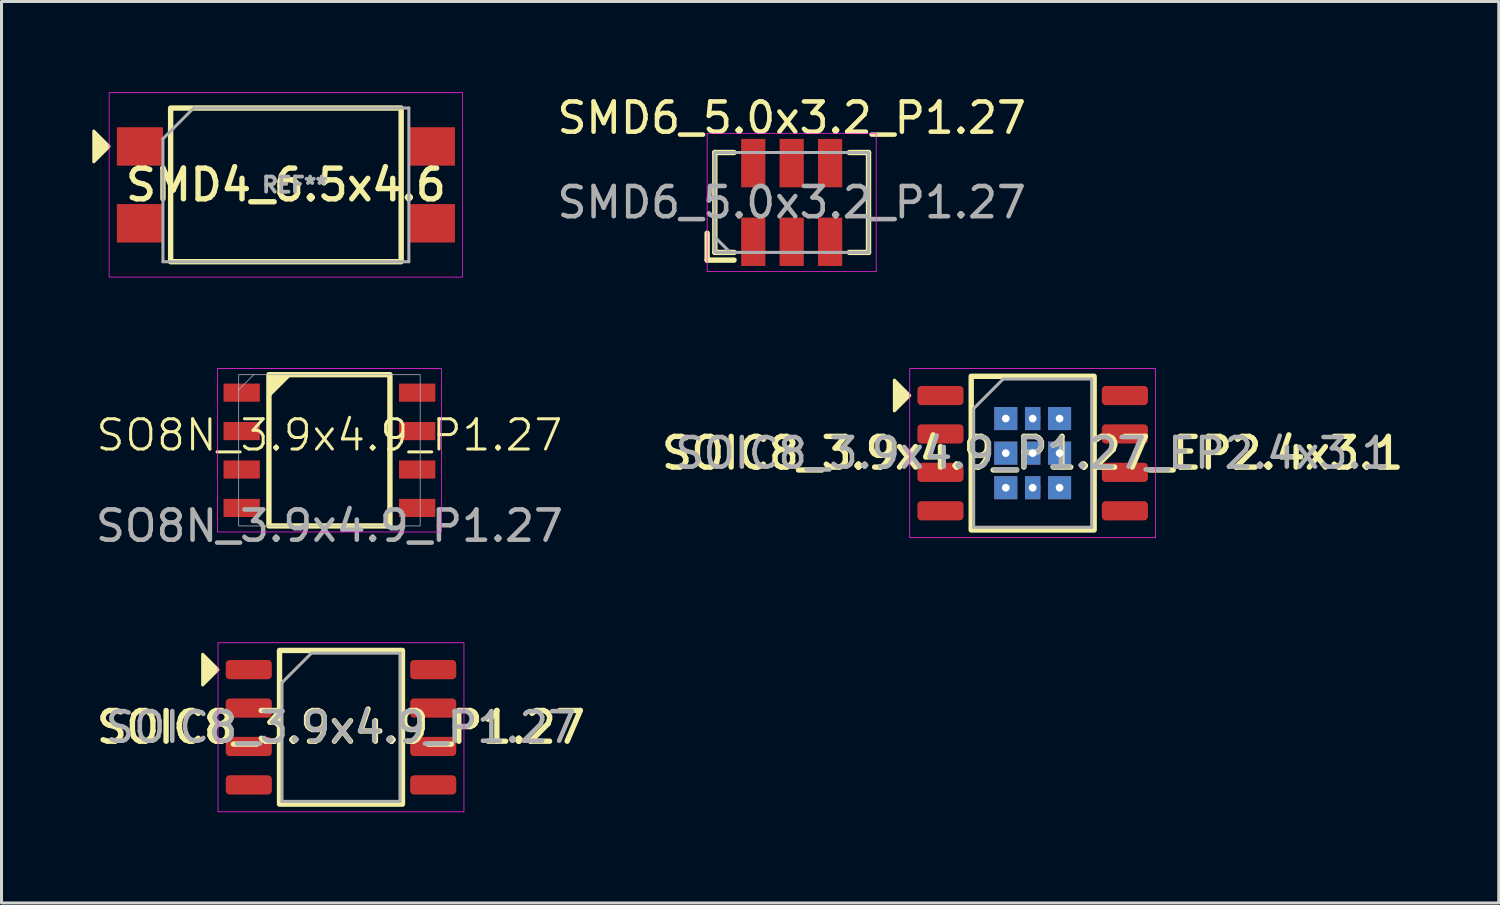
<source format=kicad_pcb>
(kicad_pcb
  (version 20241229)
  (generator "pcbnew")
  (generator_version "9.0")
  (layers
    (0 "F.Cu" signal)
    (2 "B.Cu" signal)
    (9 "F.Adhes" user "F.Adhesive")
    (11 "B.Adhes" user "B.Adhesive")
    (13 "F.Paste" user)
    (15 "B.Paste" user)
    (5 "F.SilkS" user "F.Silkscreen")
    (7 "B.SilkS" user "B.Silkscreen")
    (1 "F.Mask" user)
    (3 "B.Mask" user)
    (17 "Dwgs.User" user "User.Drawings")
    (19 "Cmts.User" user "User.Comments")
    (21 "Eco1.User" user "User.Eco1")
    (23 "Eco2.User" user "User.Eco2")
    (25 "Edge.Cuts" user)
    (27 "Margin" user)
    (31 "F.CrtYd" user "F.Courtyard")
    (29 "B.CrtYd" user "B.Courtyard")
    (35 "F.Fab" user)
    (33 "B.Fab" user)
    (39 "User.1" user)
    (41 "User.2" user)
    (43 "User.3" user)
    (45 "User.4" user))
  (footprint "SMD6_5.0x3.2_P1.27"
    (layer "F.Cu")
    (at 23.118 3.642)
    (property "Reference" "SMD6_5.0x3.2_P1.27" (at 0 -2.794 0) (unlocked yes) (layer "F.SilkS") (effects (font (size 1 1) (thickness 0.15))))
    (attr smd)
    (fp_line (start -2.794 1.905) (end -2.794 1.016) (stroke (width 0.178) (type solid)) (layer "F.SilkS"))
    (fp_line (start -2.54 -1.651) (end -1.905 -1.651) (stroke (width 0.178) (type solid)) (layer "F.SilkS"))
    (fp_line (start -2.54 1.651) (end -2.54 -1.651) (stroke (width 0.178) (type solid)) (layer "F.SilkS"))
    (fp_line (start -1.905 1.651) (end -2.54 1.651) (stroke (width 0.178) (type solid)) (layer "F.SilkS"))
    (fp_line (start -1.905 1.905) (end -2.794 1.905) (stroke (width 0.178) (type solid)) (layer "F.SilkS"))
    (fp_line (start 1.905 -1.651) (end 2.54 -1.651) (stroke (width 0.178) (type solid)) (layer "F.SilkS"))
    (fp_line (start 2.54 -1.651) (end 2.54 1.651) (stroke (width 0.178) (type solid)) (layer "F.SilkS"))
    (fp_line (start 2.54 1.651) (end 1.905 1.651) (stroke (width 0.178) (type solid)) (layer "F.SilkS"))
    (fp_rect (start -2.794 2.286) (end 2.794 -2.286) (stroke (width 0.025) (type solid)) (fill no) (layer "F.CrtYd"))
    (fp_line (start -2.032 1.651) (end -2.54 1.143) (stroke (width 0.1) (type solid)) (layer "F.Fab"))
    (fp_rect (start -2.54 -1.651) (end 2.54 1.651) (stroke (width 0.1) (type solid)) (fill no) (layer "F.Fab"))
    (fp_text user "${REFERENCE}" (at 0 0 0) (unlocked yes) (layer "F.Fab") (effects (font (size 1 1) (thickness 0.15))))
    (pad "1" smd rect (at -1.27 1.3) (size 0.8 1.6) (layers "F.Cu" "F.Mask" "F.Paste"))
    (pad "2" smd rect (at 0 1.3) (size 0.8 1.6) (layers "F.Cu" "F.Mask" "F.Paste"))
    (pad "3" smd rect (at 1.27 1.3) (size 0.8 1.6) (layers "F.Cu" "F.Mask" "F.Paste"))
    (pad "4" smd rect (at 1.27 -1.3) (size 0.8 1.6) (layers "F.Cu" "F.Mask" "F.Paste"))
    (pad "5" smd rect (at 0 -1.3) (size 0.8 1.6) (layers "F.Cu" "F.Mask" "F.Paste"))
    (pad "6" smd rect (at -1.27 -1.3) (size 0.8 1.6) (layers "F.Cu" "F.Mask" "F.Paste")))
  (footprint "SO8N_3.9x4.9_P1.27"
    (layer "F.Cu")
    (at 7.839 11.834)
    (property "Reference" "SO8N_3.9x4.9_P1.27" (at 0 -0.5 0) (unlocked yes) (layer "F.SilkS") (effects (font (size 1 1) (thickness 0.1))))
    (attr smd)
    (fp_rect (start -2 -2.5) (end 2 2.5) (stroke (width 0.178) (type default)) (fill no) (layer "F.SilkS"))
    (fp_poly (pts (xy -2 -2.5) (xy -2 -1.8) (xy -1.3 -2.5)) (stroke (width 0.1) (type solid)) (fill yes) (layer "F.SilkS"))
    (fp_rect (start -3.7 -2.7) (end 3.7 2.7) (stroke (width 0.025) (type default)) (fill no) (layer "F.CrtYd"))
    (fp_line (start -3 -2) (end -2.5 -2.5) (stroke (width 0.025) (type default)) (layer "F.Fab"))
    (fp_rect (start -3 -2.5) (end 3 2.5) (stroke (width 0.025) (type default)) (fill no) (layer "F.Fab"))
    (fp_text user "${REFERENCE}" (at 0 2.5 0) (unlocked yes) (layer "F.Fab") (effects (font (size 1 1) (thickness 0.15))))
    (pad "1" smd rect (at -2.9 -1.905) (size 1.2 0.6) (layers "F.Cu" "F.Mask" "F.Paste"))
    (pad "2" smd rect (at -2.9 -0.635) (size 1.2 0.6) (layers "F.Cu" "F.Mask" "F.Paste"))
    (pad "3" smd rect (at -2.9 0.635) (size 1.2 0.6) (layers "F.Cu" "F.Mask" "F.Paste"))
    (pad "4" smd rect (at -2.9 1.905) (size 1.2 0.6) (layers "F.Cu" "F.Mask" "F.Paste"))
    (pad "5" smd rect (at 2.9 1.905) (size 1.2 0.6) (layers "F.Cu" "F.Mask" "F.Paste"))
    (pad "6" smd rect (at 2.9 0.635) (size 1.2 0.6) (layers "F.Cu" "F.Mask" "F.Paste"))
    (pad "7" smd rect (at 2.9 -0.635) (size 1.2 0.6) (layers "F.Cu" "F.Mask" "F.Paste"))
    (pad "8" smd rect (at 2.9 -1.905) (size 1.2 0.6) (layers "F.Cu" "F.Mask" "F.Paste")))
  (footprint "SMD4_6.5x4.6"
    (layer "F.Cu")
    (at 6.4 3.061)
    (property "Reference" "SMD4_6.5x4.6" (at 0 0 0) (layer "F.SilkS") (effects (font (size 1.016 1.016) (thickness 0.178))))
    (attr smd)
    (fp_rect (start -3.81 -2.54) (end 3.81 2.54) (stroke (width 0.178) (type solid)) (fill no) (layer "F.SilkS"))
    (fp_poly (pts (xy -5.842 -1.27) (xy -6.35 -0.762) (xy -6.35 -1.778)) (stroke (width 0.1) (type solid)) (fill yes) (layer "F.SilkS"))
    (fp_rect (start 5.842 3.048) (end -5.842 -3.048) (stroke (width 0.025) (type solid)) (fill no) (layer "F.CrtYd"))
    (fp_line (start -4.064 -1.524) (end -3.048 -2.54) (stroke (width 0.1) (type solid)) (layer "F.Fab"))
    (fp_line (start -4.064 2.54) (end -4.064 -1.524) (stroke (width 0.1) (type solid)) (layer "F.Fab"))
    (fp_line (start -3.048 -2.54) (end 4.064 -2.54) (stroke (width 0.1) (type solid)) (layer "F.Fab"))
    (fp_line (start 4.064 -2.54) (end 4.064 2.54) (stroke (width 0.1) (type solid)) (layer "F.Fab"))
    (fp_line (start 4.064 2.54) (end -4.064 2.54) (stroke (width 0.1) (type solid)) (layer "F.Fab"))
    (fp_text user "REF**" (at 0.3 0 0) (layer "F.Fab") (effects (font (size 0.5 0.5) (thickness 0.125))))
    (pad "1" smd rect (at -4.826 -1.27) (size 1.524 1.27) (layers "F.Cu" "F.Mask" "F.Paste"))
    (pad "2" smd rect (at -4.826 1.27) (size 1.524 1.27) (layers "F.Cu" "F.Mask" "F.Paste"))
    (pad "3" smd rect (at 4.826 1.27) (size 1.524 1.27) (layers "F.Cu" "F.Mask" "F.Paste"))
    (pad "4" smd rect (at 4.826 -1.27) (size 1.524 1.27) (layers "F.Cu" "F.Mask" "F.Paste")))
  (footprint "SOIC8_3.9x4.9_P1.27_EP2.4x3.1"
    (layer "F.Cu")
    (at 31.084 11.928)
    (property "Reference" "SOIC8_3.9x4.9_P1.27_EP2.4x3.1" (at 0 0 0) (layer "F.SilkS") (effects (font (size 1.016 1.016) (thickness 0.178))))
    (attr smd)
    (fp_rect (start -2.032 -2.54) (end 2.032 2.54) (stroke (width 0.178) (type solid)) (fill no) (layer "F.SilkS"))
    (fp_poly (pts (xy -4.064 -1.905) (xy -4.572 -1.397) (xy -4.572 -2.413)) (stroke (width 0.1) (type solid)) (fill yes) (layer "F.SilkS"))
    (fp_rect (start -4.064 -2.794) (end 4.064 2.794) (stroke (width 0.025) (type solid)) (fill no) (layer "F.CrtYd"))
    (fp_line (start -1.95 -1.475) (end -0.975 -2.45) (stroke (width 0.1) (type solid)) (layer "F.Fab"))
    (fp_line (start -1.95 2.45) (end -1.95 -1.475) (stroke (width 0.1) (type solid)) (layer "F.Fab"))
    (fp_line (start -0.975 -2.45) (end 1.95 -2.45) (stroke (width 0.1) (type solid)) (layer "F.Fab"))
    (fp_line (start 1.95 -2.45) (end 1.95 2.45) (stroke (width 0.1) (type solid)) (layer "F.Fab"))
    (fp_line (start 1.95 2.45) (end -1.95 2.45) (stroke (width 0.1) (type solid)) (layer "F.Fab"))
    (fp_text user "${REFERENCE}" (at 0 0 0) (layer "F.Fab") (effects (font (size 0.98 0.98) (thickness 0.15))))
    (pad "1" smd roundrect (at -3.048 -1.905) (size 1.524 0.635) (layers "F.Cu" "F.Mask" "F.Paste") (roundrect_rratio 0.2))
    (pad "2" smd roundrect (at -3.048 -0.635) (size 1.524 0.635) (layers "F.Cu" "F.Mask" "F.Paste") (roundrect_rratio 0.2))
    (pad "3" smd roundrect (at -3.048 0.635) (size 1.524 0.635) (layers "F.Cu" "F.Mask" "F.Paste") (roundrect_rratio 0.2))
    (pad "4" smd roundrect (at -3.048 1.905) (size 1.524 0.635) (layers "F.Cu" "F.Mask" "F.Paste") (roundrect_rratio 0.2))
    (pad "5" smd roundrect (at 3.048 1.905) (size 1.524 0.635) (layers "F.Cu" "F.Mask" "F.Paste") (roundrect_rratio 0.2))
    (pad "6" smd roundrect (at 3.048 0.635) (size 1.524 0.635) (layers "F.Cu" "F.Mask" "F.Paste") (roundrect_rratio 0.2))
    (pad "7" smd roundrect (at 3.048 -0.635) (size 1.524 0.635) (layers "F.Cu" "F.Mask" "F.Paste") (roundrect_rratio 0.2))
    (pad "8" smd roundrect (at 3.048 -1.905) (size 1.524 0.635) (layers "F.Cu" "F.Mask" "F.Paste") (roundrect_rratio 0.2))
    (pad "9" thru_hole circle (at -0.889 -1.143) (size 0.508 0.508) (drill 0.254) (layers "*.Cu" "*.Mask"))
    (pad "9" smd rect (at -0.889 -1.143) (size 0.762 0.762) (layers "F.Cu" "F.Mask" "F.Paste"))
    (pad "9" smd rect (at -0.889 -1.143) (size 0.762 0.762) (layers "B.Cu" "B.Mask"))
    (pad "9" thru_hole circle (at -0.889 0) (size 0.508 0.508) (drill 0.254) (layers "*.Cu" "*.Mask"))
    (pad "9" smd rect (at -0.889 0) (size 0.762 0.762) (layers "F.Cu" "F.Mask" "F.Paste"))
    (pad "9" smd rect (at -0.889 0) (size 0.762 0.762) (layers "B.Cu" "B.Mask"))
    (pad "9" thru_hole circle (at -0.889 1.143) (size 0.508 0.508) (drill 0.254) (layers "*.Cu" "*.Mask"))
    (pad "9" smd rect (at -0.889 1.143 90) (size 0.762 0.762) (layers "F.Cu" "F.Mask" "F.Paste"))
    (pad "9" smd rect (at -0.889 1.143) (size 0.762 0.762) (layers "B.Cu" "B.Mask"))
    (pad "9" thru_hole circle (at 0 -1.143) (size 0.508 0.508) (drill 0.254) (layers "*.Cu" "*.Mask"))
    (pad "9" smd rect (at 0 -1.143) (size 0.508 0.762) (layers "F.Cu" "F.Mask" "F.Paste"))
    (pad "9" smd rect (at 0 -1.143) (size 0.508 0.762) (layers "B.Cu" "B.Mask"))
    (pad "9" thru_hole circle (at 0 0) (size 0.508 0.508) (drill 0.254) (layers "*.Cu" "*.Mask"))
    (pad "9" smd rect (at 0 0) (size 0.508 0.762) (layers "F.Cu" "F.Mask" "F.Paste"))
    (pad "9" smd rect (at 0 0) (size 0.508 0.762) (layers "B.Cu" "B.Mask"))
    (pad "9" thru_hole circle (at 0 1.143) (size 0.508 0.508) (drill 0.254) (layers "*.Cu" "*.Mask"))
    (pad "9" smd rect (at 0 1.143) (size 0.508 0.762) (layers "F.Cu" "F.Mask" "F.Paste"))
    (pad "9" smd rect (at 0 1.143) (size 0.508 0.762) (layers "B.Cu" "B.Mask"))
    (pad "9" thru_hole circle (at 0.889 -1.143) (size 0.508 0.508) (drill 0.254) (layers "*.Cu" "*.Mask"))
    (pad "9" smd rect (at 0.889 -1.143) (size 0.762 0.762) (layers "F.Cu" "F.Mask" "F.Paste"))
    (pad "9" smd rect (at 0.889 -1.143) (size 0.762 0.762) (layers "B.Cu" "B.Mask"))
    (pad "9" thru_hole circle (at 0.889 0) (size 0.508 0.508) (drill 0.254) (layers "*.Cu" "*.Mask"))
    (pad "9" smd rect (at 0.889 0) (size 0.762 0.762) (layers "F.Cu" "F.Mask" "F.Paste"))
    (pad "9" smd rect (at 0.889 0) (size 0.762 0.762) (layers "B.Cu" "B.Mask"))
    (pad "9" thru_hole circle (at 0.889 1.143) (size 0.508 0.508) (drill 0.254) (layers "*.Cu" "*.Mask"))
    (pad "9" smd rect (at 0.889 1.143) (size 0.762 0.762) (layers "F.Cu" "F.Mask" "F.Paste"))
    (pad "9" smd rect (at 0.889 1.143) (size 0.762 0.762) (layers "B.Cu" "B.Mask")))
  (footprint "SOIC8_3.9x4.9_P1.27"
    (layer "F.Cu")
    (at 8.221 20.989)
    (property "Reference" "SOIC8_3.9x4.9_P1.27" (at 0 0 0) (layer "F.SilkS") (effects (font (size 1.016 1.016) (thickness 0.178))))
    (attr smd)
    (fp_rect (start -2.032 -2.54) (end 2.032 2.54) (stroke (width 0.178) (type solid)) (fill no) (layer "F.SilkS"))
    (fp_poly (pts (xy -4.064 -1.905) (xy -4.572 -1.397) (xy -4.572 -2.413)) (stroke (width 0.1) (type solid)) (fill yes) (layer "F.SilkS"))
    (fp_rect (start -4.064 -2.794) (end 4.064 2.794) (stroke (width 0.025) (type solid)) (fill no) (layer "F.CrtYd"))
    (fp_line (start -1.95 -1.475) (end -0.975 -2.45) (stroke (width 0.1) (type solid)) (layer "F.Fab"))
    (fp_line (start -1.95 2.45) (end -1.95 -1.475) (stroke (width 0.1) (type solid)) (layer "F.Fab"))
    (fp_line (start -0.975 -2.45) (end 1.95 -2.45) (stroke (width 0.1) (type solid)) (layer "F.Fab"))
    (fp_line (start 1.95 -2.45) (end 1.95 2.45) (stroke (width 0.1) (type solid)) (layer "F.Fab"))
    (fp_line (start 1.95 2.45) (end -1.95 2.45) (stroke (width 0.1) (type solid)) (layer "F.Fab"))
    (fp_text user "${REFERENCE}" (at 0 0 0) (layer "F.Fab") (effects (font (size 0.98 0.98) (thickness 0.15))))
    (pad "1" smd roundrect (at -3.048 -1.905) (size 1.524 0.635) (layers "F.Cu" "F.Mask" "F.Paste") (roundrect_rratio 0.2))
    (pad "2" smd roundrect (at -3.048 -0.635) (size 1.524 0.635) (layers "F.Cu" "F.Mask" "F.Paste") (roundrect_rratio 0.2))
    (pad "3" smd roundrect (at -3.048 0.635) (size 1.524 0.635) (layers "F.Cu" "F.Mask" "F.Paste") (roundrect_rratio 0.2))
    (pad "4" smd roundrect (at -3.048 1.905) (size 1.524 0.635) (layers "F.Cu" "F.Mask" "F.Paste") (roundrect_rratio 0.2))
    (pad "5" smd roundrect (at 3.048 1.905) (size 1.524 0.635) (layers "F.Cu" "F.Mask" "F.Paste") (roundrect_rratio 0.2))
    (pad "6" smd roundrect (at 3.048 0.635) (size 1.524 0.635) (layers "F.Cu" "F.Mask" "F.Paste") (roundrect_rratio 0.2))
    (pad "7" smd roundrect (at 3.048 -0.635) (size 1.524 0.635) (layers "F.Cu" "F.Mask" "F.Paste") (roundrect_rratio 0.2))
    (pad "8" smd roundrect (at 3.048 -1.905) (size 1.524 0.635) (layers "F.Cu" "F.Mask" "F.Paste") (roundrect_rratio 0.2)))
  (gr_rect
    (start -3 -3)
    (end 46.49 26.796)
    (stroke (width 0.1) (type default))
    (fill no)
    (layer "Edge.Cuts")))
</source>
